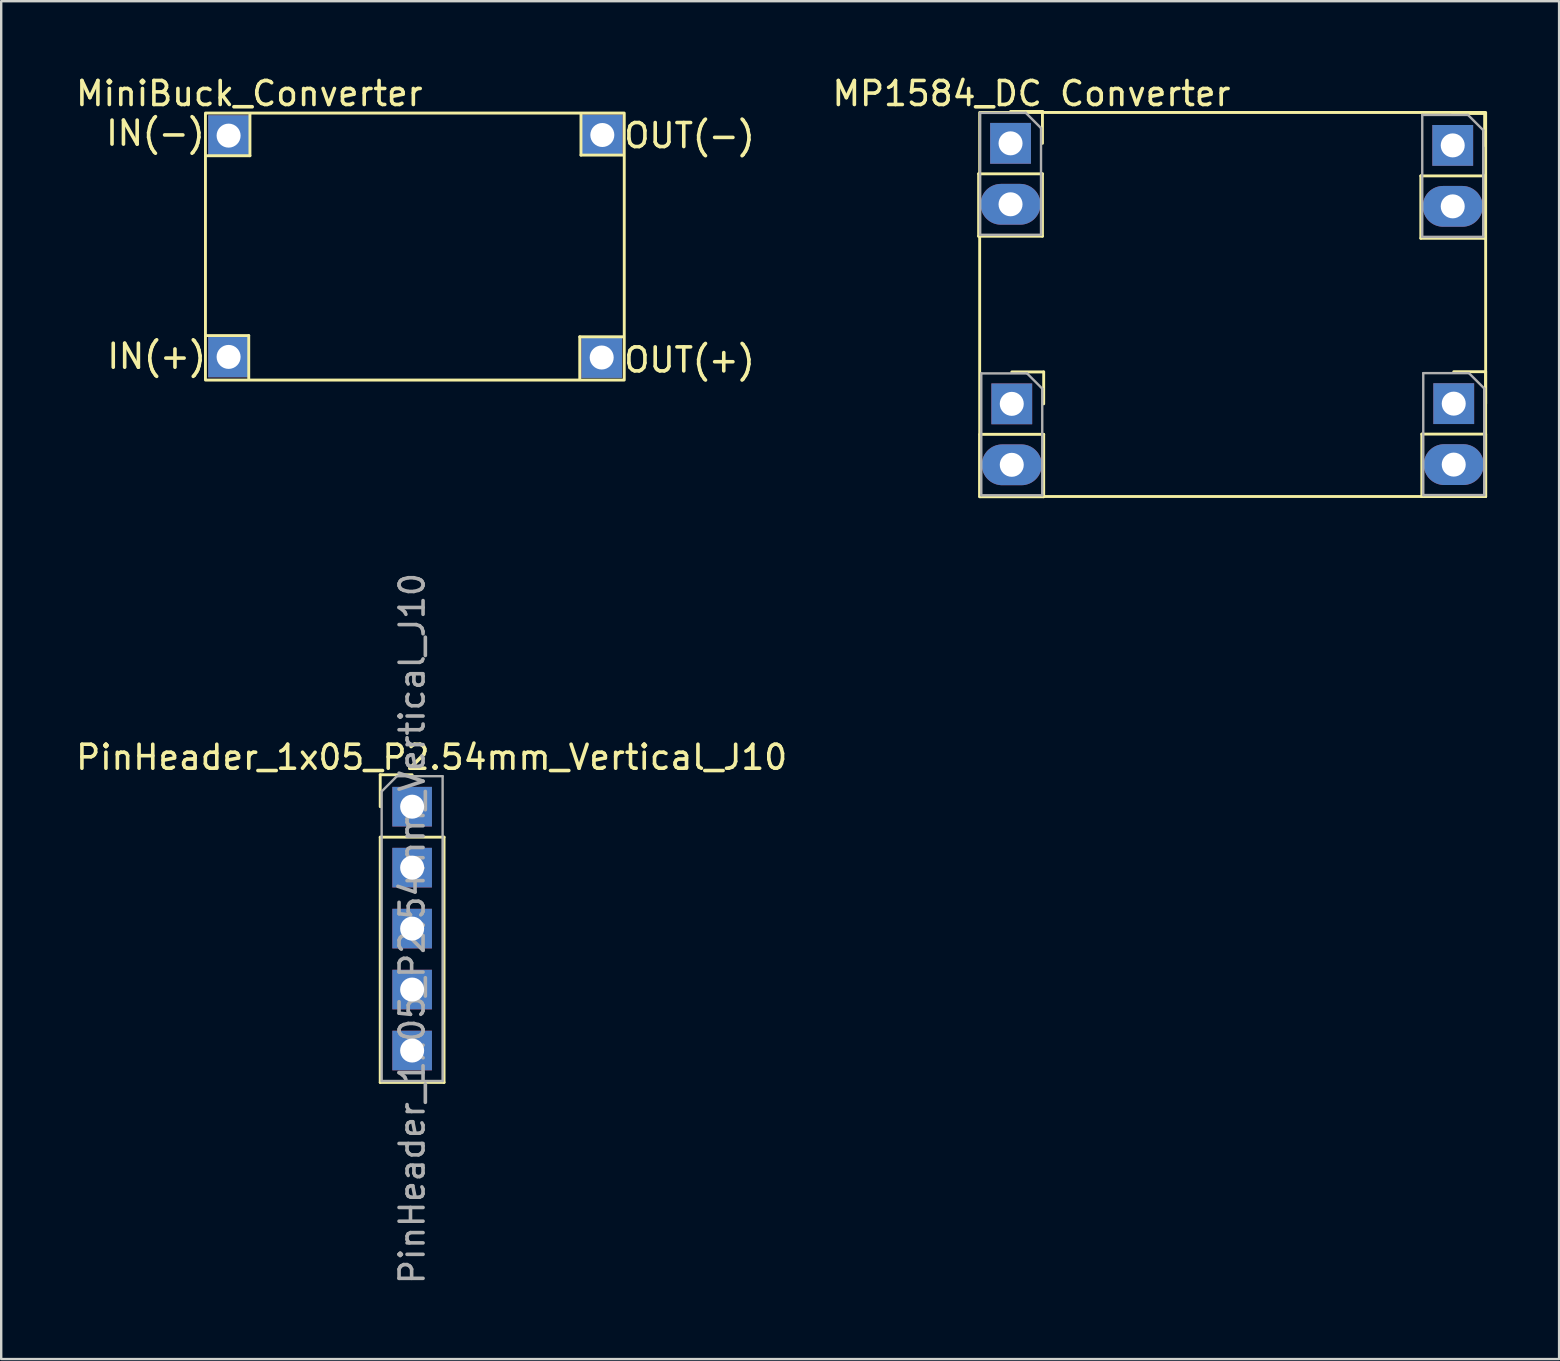
<source format=kicad_pcb>
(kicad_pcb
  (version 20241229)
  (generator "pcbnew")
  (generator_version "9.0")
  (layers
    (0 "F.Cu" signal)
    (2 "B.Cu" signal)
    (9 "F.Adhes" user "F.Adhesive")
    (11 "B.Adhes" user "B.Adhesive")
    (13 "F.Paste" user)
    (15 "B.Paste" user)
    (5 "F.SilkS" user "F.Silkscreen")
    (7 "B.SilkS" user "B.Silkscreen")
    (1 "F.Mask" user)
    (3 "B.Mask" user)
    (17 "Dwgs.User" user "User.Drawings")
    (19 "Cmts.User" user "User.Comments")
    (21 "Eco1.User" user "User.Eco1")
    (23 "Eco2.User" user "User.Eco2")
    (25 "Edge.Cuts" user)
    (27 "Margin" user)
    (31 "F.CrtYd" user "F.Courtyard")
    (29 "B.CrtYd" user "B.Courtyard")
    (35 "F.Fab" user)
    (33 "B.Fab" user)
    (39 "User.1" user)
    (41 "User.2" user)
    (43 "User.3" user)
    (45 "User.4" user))
  (footprint "PinHeader_1x05_P2.54mm_Vertical_J10"
    (layer "F.Cu")
    (at 14.122 30.561)
    (property "Reference" "PinHeader_1x05_P2.54mm_Vertical_J10" (at 0.813 -2.057 0) (layer "F.SilkS") (effects (font (size 1 1) (thickness 0.15))))
    (attr through_hole)
    (fp_line (start -1.33 -1.33) (end 0 -1.33) (stroke (width 0.12) (type solid)) (layer "F.SilkS"))
    (fp_line (start -1.33 0) (end -1.33 -1.33) (stroke (width 0.12) (type solid)) (layer "F.SilkS"))
    (fp_line (start -1.33 1.27) (end -1.33 11.49) (stroke (width 0.12) (type solid)) (layer "F.SilkS"))
    (fp_line (start -1.33 1.27) (end 1.33 1.27) (stroke (width 0.12) (type solid)) (layer "F.SilkS"))
    (fp_line (start -1.33 11.49) (end 1.33 11.49) (stroke (width 0.12) (type solid)) (layer "F.SilkS"))
    (fp_line (start 1.33 1.27) (end 1.33 11.49) (stroke (width 0.12) (type solid)) (layer "F.SilkS"))
    (fp_line (start -1.27 -0.635) (end -0.635 -1.27) (stroke (width 0.1) (type solid)) (layer "F.Fab"))
    (fp_line (start -1.27 11.43) (end -1.27 -0.635) (stroke (width 0.1) (type solid)) (layer "F.Fab"))
    (fp_line (start -0.635 -1.27) (end 1.27 -1.27) (stroke (width 0.1) (type solid)) (layer "F.Fab"))
    (fp_line (start 1.27 -1.27) (end 1.27 11.43) (stroke (width 0.1) (type solid)) (layer "F.Fab"))
    (fp_line (start 1.27 11.43) (end -1.27 11.43) (stroke (width 0.1) (type solid)) (layer "F.Fab"))
    (fp_text user "${REFERENCE}" (at 0 5.08 90) (layer "F.Fab") (effects (font (size 1 1) (thickness 0.15))))
    (pad "15" thru_hole rect (at 0 0) (size 1.65 1.65) (drill 1) (layers "*.Cu" "*.Mask"))
    (pad "16" thru_hole rect (at 0 2.54) (size 1.65 1.65) (drill 1) (layers "*.Cu" "*.Mask"))
    (pad "17" thru_hole rect (at 0 5.08) (size 1.65 1.65) (drill 1) (layers "*.Cu" "*.Mask"))
    (pad "18" thru_hole rect (at 0 7.62) (size 1.65 1.65) (drill 1) (layers "*.Cu" "*.Mask"))
    (pad "19" thru_hole rect (at 0 10.16) (size 1.65 1.65) (drill 1) (layers "*.Cu" "*.Mask")))
  (footprint "MP1584_DC Converter"
    (layer "F.Cu")
    (at 48.564 8.748)
    (property "Reference" "MP1584_DC Converter" (at -8.636 -7.899 0) (layer "F.SilkS") (effects (font (size 1 1) (thickness 0.15))))
    (attr through_hole)
    (fp_line (start -10.839 -4.556) (end -10.839 -1.956) (stroke (width 0.12) (type solid)) (layer "F.SilkS"))
    (fp_line (start -10.839 -4.556) (end -8.179 -4.556) (stroke (width 0.12) (type solid)) (layer "F.SilkS"))
    (fp_line (start -10.839 -1.956) (end -8.179 -1.956) (stroke (width 0.12) (type solid)) (layer "F.SilkS"))
    (fp_line (start -10.788 6.299) (end -10.788 8.899) (stroke (width 0.12) (type solid)) (layer "F.SilkS"))
    (fp_line (start -10.788 6.299) (end -8.128 6.299) (stroke (width 0.12) (type solid)) (layer "F.SilkS"))
    (fp_line (start -10.788 8.899) (end -8.128 8.899) (stroke (width 0.12) (type solid)) (layer "F.SilkS"))
    (fp_line (start -9.509 -7.156) (end -8.179 -7.156) (stroke (width 0.12) (type solid)) (layer "F.SilkS"))
    (fp_line (start -9.458 3.699) (end -8.128 3.699) (stroke (width 0.12) (type solid)) (layer "F.SilkS"))
    (fp_line (start -8.179 -7.156) (end -8.179 -5.826) (stroke (width 0.12) (type solid)) (layer "F.SilkS"))
    (fp_line (start -8.179 -4.556) (end -8.179 -1.956) (stroke (width 0.12) (type solid)) (layer "F.SilkS"))
    (fp_line (start -8.128 3.699) (end -8.128 5.029) (stroke (width 0.12) (type solid)) (layer "F.SilkS"))
    (fp_line (start -8.128 6.299) (end -8.128 8.899) (stroke (width 0.12) (type solid)) (layer "F.SilkS"))
    (fp_line (start 7.585 -4.47) (end 7.585 -1.87) (stroke (width 0.12) (type solid)) (layer "F.SilkS"))
    (fp_line (start 7.585 -4.47) (end 10.245 -4.47) (stroke (width 0.12) (type solid)) (layer "F.SilkS"))
    (fp_line (start 7.585 -1.87) (end 10.245 -1.87) (stroke (width 0.12) (type solid)) (layer "F.SilkS"))
    (fp_line (start 7.627 6.29) (end 7.627 8.89) (stroke (width 0.12) (type solid)) (layer "F.SilkS"))
    (fp_line (start 7.627 6.29) (end 10.287 6.29) (stroke (width 0.12) (type solid)) (layer "F.SilkS"))
    (fp_line (start 7.627 8.89) (end 10.287 8.89) (stroke (width 0.12) (type solid)) (layer "F.SilkS"))
    (fp_line (start 8.915 -7.07) (end 10.245 -7.07) (stroke (width 0.12) (type solid)) (layer "F.SilkS"))
    (fp_line (start 8.957 3.69) (end 10.287 3.69) (stroke (width 0.12) (type solid)) (layer "F.SilkS"))
    (fp_line (start 10.245 -7.07) (end 10.245 -5.74) (stroke (width 0.12) (type solid)) (layer "F.SilkS"))
    (fp_line (start 10.245 -4.47) (end 10.245 -1.87) (stroke (width 0.12) (type solid)) (layer "F.SilkS"))
    (fp_line (start 10.287 3.69) (end 10.287 5.02) (stroke (width 0.12) (type solid)) (layer "F.SilkS"))
    (fp_line (start 10.287 6.29) (end 10.287 8.89) (stroke (width 0.12) (type solid)) (layer "F.SilkS"))
    (fp_rect (start -10.795 -7.112) (end 10.287 8.89) (stroke (width 0.12) (type solid)) (fill no) (layer "F.SilkS"))
    (fp_line (start -10.779 -7.096) (end -8.874 -7.096) (stroke (width 0.1) (type solid)) (layer "F.Fab"))
    (fp_line (start -10.779 -2.016) (end -10.779 -7.096) (stroke (width 0.1) (type solid)) (layer "F.Fab"))
    (fp_line (start -10.728 3.759) (end -8.823 3.759) (stroke (width 0.1) (type solid)) (layer "F.Fab"))
    (fp_line (start -10.728 8.839) (end -10.728 3.759) (stroke (width 0.1) (type solid)) (layer "F.Fab"))
    (fp_line (start -8.874 -7.096) (end -8.239 -6.461) (stroke (width 0.1) (type solid)) (layer "F.Fab"))
    (fp_line (start -8.823 3.759) (end -8.188 4.394) (stroke (width 0.1) (type solid)) (layer "F.Fab"))
    (fp_line (start -8.239 -6.461) (end -8.239 -2.016) (stroke (width 0.1) (type solid)) (layer "F.Fab"))
    (fp_line (start -8.239 -2.016) (end -10.779 -2.016) (stroke (width 0.1) (type solid)) (layer "F.Fab"))
    (fp_line (start -8.188 4.394) (end -8.188 8.839) (stroke (width 0.1) (type solid)) (layer "F.Fab"))
    (fp_line (start -8.188 8.839) (end -10.728 8.839) (stroke (width 0.1) (type solid)) (layer "F.Fab"))
    (fp_line (start 7.645 -7.01) (end 9.55 -7.01) (stroke (width 0.1) (type solid)) (layer "F.Fab"))
    (fp_line (start 7.645 -1.93) (end 7.645 -7.01) (stroke (width 0.1) (type solid)) (layer "F.Fab"))
    (fp_line (start 7.687 3.75) (end 9.592 3.75) (stroke (width 0.1) (type solid)) (layer "F.Fab"))
    (fp_line (start 7.687 8.83) (end 7.687 3.75) (stroke (width 0.1) (type solid)) (layer "F.Fab"))
    (fp_line (start 9.55 -7.01) (end 10.185 -6.375) (stroke (width 0.1) (type solid)) (layer "F.Fab"))
    (fp_line (start 9.592 3.75) (end 10.227 4.385) (stroke (width 0.1) (type solid)) (layer "F.Fab"))
    (fp_line (start 10.185 -6.375) (end 10.185 -1.93) (stroke (width 0.1) (type solid)) (layer "F.Fab"))
    (fp_line (start 10.185 -1.93) (end 7.645 -1.93) (stroke (width 0.1) (type solid)) (layer "F.Fab"))
    (fp_line (start 10.227 4.385) (end 10.227 8.83) (stroke (width 0.1) (type solid)) (layer "F.Fab"))
    (fp_line (start 10.227 8.83) (end 7.687 8.83) (stroke (width 0.1) (type solid)) (layer "F.Fab"))
    (pad "1" thru_hole rect (at -9.509 -5.826) (size 1.7 1.7) (drill 1) (layers "*.Cu" "*.Mask"))
    (pad "1" thru_hole oval (at -9.509 -3.286) (size 2.5 1.7) (drill 1) (layers "*.Cu" "*.Mask"))
    (pad "2" thru_hole rect (at -9.458 5.029) (size 1.7 1.7) (drill 1) (layers "*.Cu" "*.Mask"))
    (pad "2" thru_hole oval (at -9.458 7.569) (size 2.5 1.7) (drill 1) (layers "*.Cu" "*.Mask"))
    (pad "3" thru_hole rect (at 8.915 -5.74) (size 1.7 1.7) (drill 1) (layers "*.Cu" "*.Mask"))
    (pad "3" thru_hole oval (at 8.915 -3.2) (size 2.5 1.7) (drill 1) (layers "*.Cu" "*.Mask"))
    (pad "4" thru_hole rect (at 8.957 5.02) (size 1.7 1.7) (drill 1) (layers "*.Cu" "*.Mask"))
    (pad "4" thru_hole oval (at 8.957 7.56) (size 2.5 1.7) (drill 1) (layers "*.Cu" "*.Mask")))
  (footprint "MiniBuck_Converter"
    (layer "F.Cu")
    (at 17.118 12.913)
    (property "Reference" "MiniBuck_Converter" (at -9.779 -12.065 0) (layer "F.SilkS") (effects (font (size 1 1) (thickness 0.15))))
    (attr through_hole)
    (fp_line (start -11.608 -1.981) (end -9.804 -1.981) (stroke (width 0.12) (type solid)) (layer "F.SilkS"))
    (fp_line (start -9.804 -1.981) (end -9.804 -0.152) (stroke (width 0.12) (type solid)) (layer "F.SilkS"))
    (fp_line (start -9.754 -11.227) (end -9.754 -9.474) (stroke (width 0.12) (type solid)) (layer "F.SilkS"))
    (fp_line (start -9.754 -9.474) (end -11.557 -9.474) (stroke (width 0.12) (type solid)) (layer "F.SilkS"))
    (fp_line (start 3.988 -1.93) (end 5.817 -1.93) (stroke (width 0.12) (type solid)) (layer "F.SilkS"))
    (fp_line (start 3.988 -0.152) (end 3.988 -1.93) (stroke (width 0.12) (type solid)) (layer "F.SilkS"))
    (fp_line (start 4.039 -11.227) (end 4.039 -9.5) (stroke (width 0.12) (type solid)) (layer "F.SilkS"))
    (fp_line (start 4.039 -9.5) (end 5.766 -9.5) (stroke (width 0.12) (type solid)) (layer "F.SilkS"))
    (fp_rect (start -11.608 -11.252) (end 5.842 -0.127) (stroke (width 0.12) (type solid)) (fill no) (layer "F.SilkS"))
    (fp_text user "OUT(+)" (at 8.56 -0.965 0) (unlocked yes) (layer "F.SilkS") (effects (font (size 1 1) (thickness 0.15))))
    (fp_text user "IN(+)" (at -13.64 -1.118 0) (unlocked yes) (layer "F.SilkS") (effects (font (size 1 1) (thickness 0.15))))
    (fp_text user "IN(-)" (at -13.691 -10.414 0) (unlocked yes) (layer "F.SilkS") (effects (font (size 1 1) (thickness 0.15))))
    (fp_text user "OUT(-)" (at 8.56 -10.312 0) (unlocked yes) (layer "F.SilkS") (effects (font (size 1 1) (thickness 0.15))))
    (pad "1" thru_hole rect (at -10.643 -10.312) (size 1.7 1.7) (drill 1) (layers "*.Cu" "*.Mask"))
    (pad "2" thru_hole rect (at -10.643 -1.092) (size 1.7 1.7) (drill 1) (layers "*.Cu" "*.Mask"))
    (pad "3" thru_hole rect (at 4.928 -10.338) (size 1.7 1.7) (drill 1) (layers "*.Cu" "*.Mask"))
    (pad "4" thru_hole rect (at 4.902 -1.067) (size 1.7 1.7) (drill 1) (layers "*.Cu" "*.Mask")))
  (gr_rect
    (start -3 -3)
    (end 61.911 53.576)
    (stroke (width 0.1) (type default))
    (fill no)
    (layer "Edge.Cuts")))
</source>
